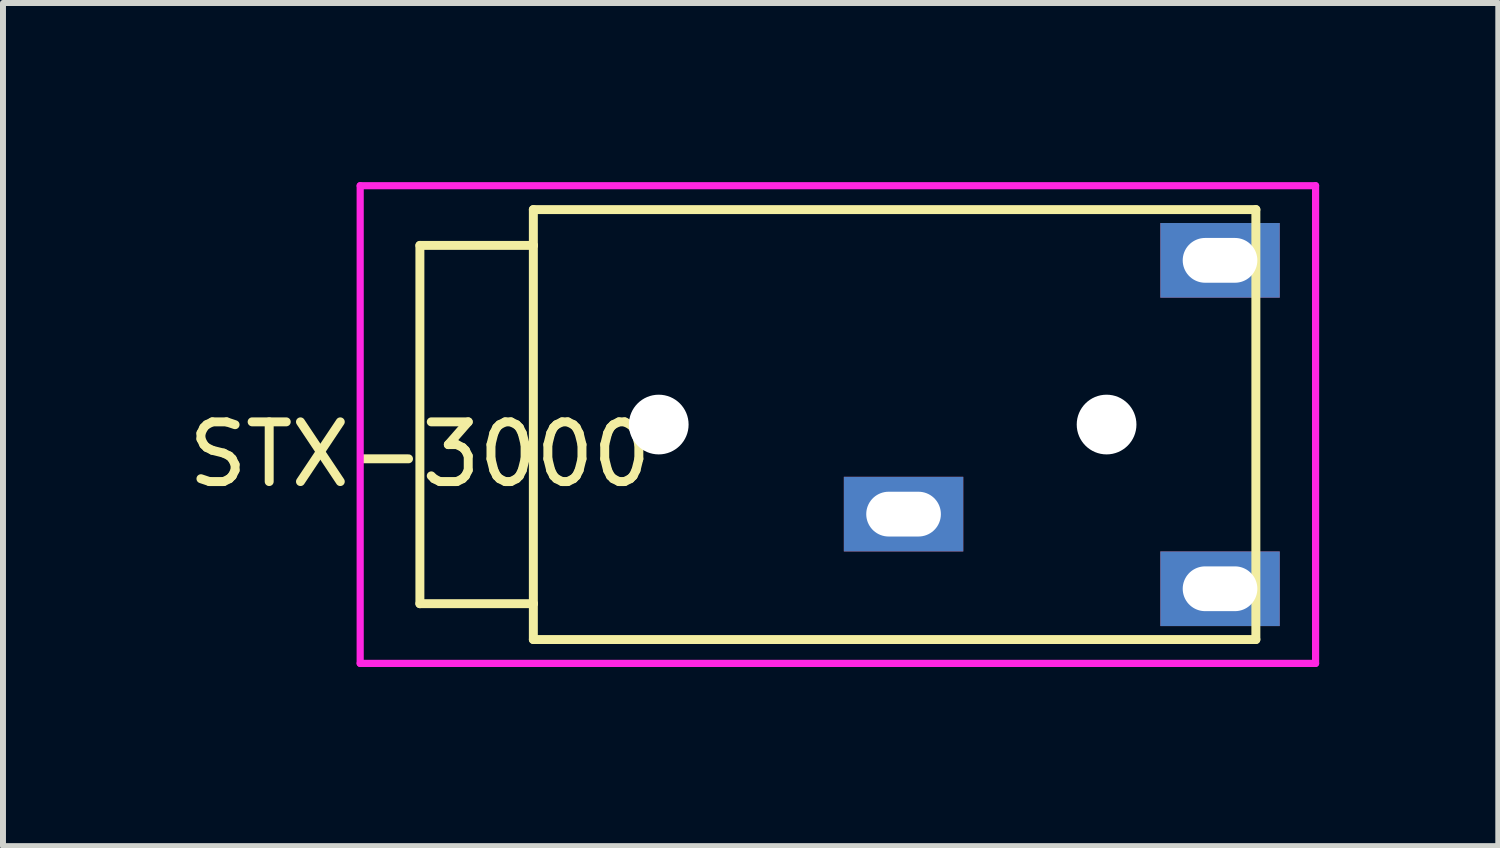
<source format=kicad_pcb>
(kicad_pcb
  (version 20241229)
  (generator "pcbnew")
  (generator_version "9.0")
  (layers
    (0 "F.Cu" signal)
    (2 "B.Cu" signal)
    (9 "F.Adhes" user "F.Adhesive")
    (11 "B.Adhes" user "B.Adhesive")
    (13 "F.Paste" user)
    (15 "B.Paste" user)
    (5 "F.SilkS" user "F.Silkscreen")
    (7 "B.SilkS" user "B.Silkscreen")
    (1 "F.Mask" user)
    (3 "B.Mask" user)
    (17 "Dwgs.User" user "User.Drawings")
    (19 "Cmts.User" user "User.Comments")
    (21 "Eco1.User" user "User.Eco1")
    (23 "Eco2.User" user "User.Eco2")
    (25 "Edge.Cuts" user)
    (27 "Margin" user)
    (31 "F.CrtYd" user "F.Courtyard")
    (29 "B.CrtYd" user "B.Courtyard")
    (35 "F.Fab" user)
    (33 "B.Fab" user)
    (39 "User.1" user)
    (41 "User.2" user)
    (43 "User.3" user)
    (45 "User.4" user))
  (footprint "STX-3000"
    (layer "F.Cu")
    (at 3.982 4.06)
    (property "Reference" "STX-3000" (at 0 0.5 0) (layer "F.SilkS") (effects (font (size 1 1) (thickness 0.15))))
    (attr through_hole)
    (fp_line (start 0 -3) (end 0 3) (stroke (width 0.15) (type solid)) (layer "F.SilkS"))
    (fp_line (start 0 3) (end 1.9 3) (stroke (width 0.15) (type solid)) (layer "F.SilkS"))
    (fp_line (start 1.9 -3) (end 0 -3) (stroke (width 0.15) (type solid)) (layer "F.SilkS"))
    (fp_line (start 1.9 -3) (end 1.9 -3.6) (stroke (width 0.15) (type solid)) (layer "F.SilkS"))
    (fp_line (start 1.9 3) (end 1.9 -3) (stroke (width 0.15) (type solid)) (layer "F.SilkS"))
    (fp_line (start 1.9 3) (end 1.9 3.6) (stroke (width 0.15) (type solid)) (layer "F.SilkS"))
    (fp_line (start 1.9 3.6) (end 14 3.6) (stroke (width 0.15) (type solid)) (layer "F.SilkS"))
    (fp_line (start 14 -3.6) (end 1.9 -3.6) (stroke (width 0.15) (type solid)) (layer "F.SilkS"))
    (fp_line (start 14 3.6) (end 14 -3.6) (stroke (width 0.15) (type solid)) (layer "F.SilkS"))
    (fp_line (start -1 -4) (end 15 -4) (stroke (width 0.12) (type solid)) (layer "F.CrtYd"))
    (fp_line (start -1 4) (end -1 -4) (stroke (width 0.12) (type solid)) (layer "F.CrtYd"))
    (fp_line (start 15 -4) (end 15 4) (stroke (width 0.12) (type solid)) (layer "F.CrtYd"))
    (fp_line (start 15 4) (end -1 4) (stroke (width 0.12) (type solid)) (layer "F.CrtYd"))
    (pad "" np_thru_hole circle (at 4 0) (size 1 1) (drill 1) (layers "*.Cu" "*.Mask"))
    (pad "" np_thru_hole circle (at 11.5 0) (size 1 1) (drill 1) (layers "*.Cu" "*.Mask"))
    (pad "R" thru_hole rect (at 13.4 -2.75) (size 2 1.25) (drill oval 1.25 0.75) (layers "*.Cu" "*.Mask"))
    (pad "S" thru_hole rect (at 8.1 1.5) (size 2 1.25) (drill oval 1.25 0.75) (layers "*.Cu" "*.Mask"))
    (pad "T" thru_hole rect (at 13.4 2.75) (size 2 1.25) (drill oval 1.25 0.75) (layers "*.Cu" "*.Mask")))
  (gr_rect
    (start -3 -3)
    (end 22.042 11.12)
    (stroke (width 0.1) (type default))
    (fill no)
    (layer "Edge.Cuts")))
</source>
